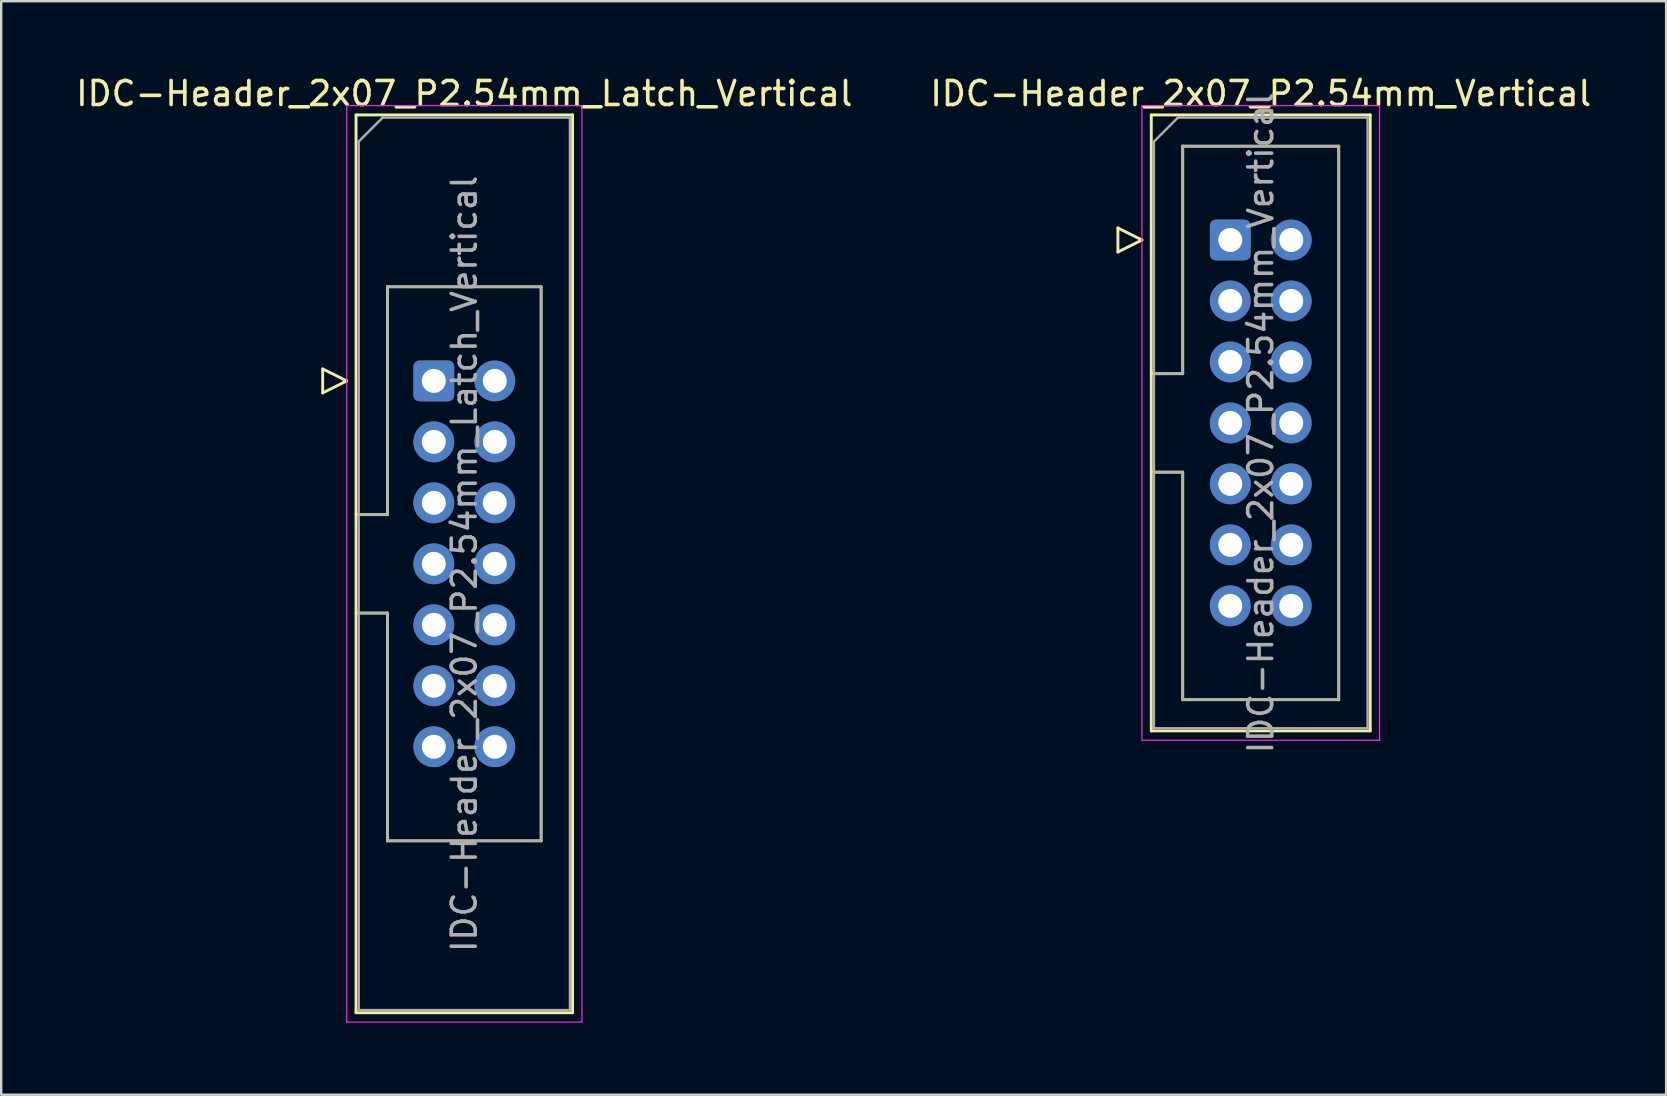
<source format=kicad_pcb>
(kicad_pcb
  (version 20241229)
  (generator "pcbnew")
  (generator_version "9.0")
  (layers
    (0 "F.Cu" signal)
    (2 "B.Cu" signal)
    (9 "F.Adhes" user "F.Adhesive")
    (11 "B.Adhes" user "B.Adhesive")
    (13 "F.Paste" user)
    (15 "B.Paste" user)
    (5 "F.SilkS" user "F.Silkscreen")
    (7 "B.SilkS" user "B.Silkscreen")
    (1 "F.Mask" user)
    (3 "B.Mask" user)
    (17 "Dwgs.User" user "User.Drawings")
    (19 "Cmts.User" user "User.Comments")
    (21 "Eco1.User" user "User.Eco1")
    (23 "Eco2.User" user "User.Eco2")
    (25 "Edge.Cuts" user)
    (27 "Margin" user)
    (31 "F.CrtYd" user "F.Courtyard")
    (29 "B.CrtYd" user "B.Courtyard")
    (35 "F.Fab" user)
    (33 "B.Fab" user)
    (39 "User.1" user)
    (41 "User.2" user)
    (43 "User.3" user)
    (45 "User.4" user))
  (footprint "IDC-Header_2x07_P2.54mm_Latch_Vertical"
    (layer "F.Cu")
    (at 15.022 12.818)
    (property "Reference" "IDC-Header_2x07_P2.54mm_Latch_Vertical" (at 1.27 -11.97 0) (layer "F.SilkS") (effects (font (size 1 1) (thickness 0.15))))
    (attr through_hole)
    (fp_line (start -4.63 -0.5) (end -4.63 0.5) (stroke (width 0.12) (type solid)) (layer "F.SilkS"))
    (fp_line (start -4.63 0.5) (end -3.63 0) (stroke (width 0.12) (type solid)) (layer "F.SilkS"))
    (fp_line (start -3.63 0) (end -4.63 -0.5) (stroke (width 0.12) (type solid)) (layer "F.SilkS"))
    (fp_line (start -3.24 -11.08) (end 5.78 -11.08) (stroke (width 0.12) (type solid)) (layer "F.SilkS"))
    (fp_line (start -3.24 5.57) (end -1.93 5.57) (stroke (width 0.12) (type solid)) (layer "F.SilkS"))
    (fp_line (start -3.24 26.32) (end -3.24 -11.08) (stroke (width 0.12) (type solid)) (layer "F.SilkS"))
    (fp_line (start -1.93 -3.92) (end 4.47 -3.92) (stroke (width 0.12) (type solid)) (layer "F.SilkS"))
    (fp_line (start -1.93 5.57) (end -1.93 -3.92) (stroke (width 0.12) (type solid)) (layer "F.SilkS"))
    (fp_line (start -1.93 9.67) (end -3.24 9.67) (stroke (width 0.12) (type solid)) (layer "F.SilkS"))
    (fp_line (start -1.93 19.16) (end -1.93 9.67) (stroke (width 0.12) (type solid)) (layer "F.SilkS"))
    (fp_line (start 4.47 -3.92) (end 4.47 19.16) (stroke (width 0.12) (type solid)) (layer "F.SilkS"))
    (fp_line (start 4.47 19.16) (end -1.93 19.16) (stroke (width 0.12) (type solid)) (layer "F.SilkS"))
    (fp_line (start 5.78 -11.08) (end 5.78 26.32) (stroke (width 0.12) (type solid)) (layer "F.SilkS"))
    (fp_line (start 5.78 26.32) (end -3.24 26.32) (stroke (width 0.12) (type solid)) (layer "F.SilkS"))
    (fp_line (start -3.63 -11.47) (end -3.63 26.71) (stroke (width 0.05) (type solid)) (layer "F.CrtYd"))
    (fp_line (start -3.63 26.71) (end 6.17 26.71) (stroke (width 0.05) (type solid)) (layer "F.CrtYd"))
    (fp_line (start 6.17 -11.47) (end -3.63 -11.47) (stroke (width 0.05) (type solid)) (layer "F.CrtYd"))
    (fp_line (start 6.17 26.71) (end 6.17 -11.47) (stroke (width 0.05) (type solid)) (layer "F.CrtYd"))
    (fp_line (start -3.13 -9.97) (end -2.13 -10.97) (stroke (width 0.1) (type solid)) (layer "F.Fab"))
    (fp_line (start -3.13 5.57) (end -1.93 5.57) (stroke (width 0.1) (type solid)) (layer "F.Fab"))
    (fp_line (start -3.13 26.21) (end -3.13 -9.97) (stroke (width 0.1) (type solid)) (layer "F.Fab"))
    (fp_line (start -2.13 -10.97) (end 5.67 -10.97) (stroke (width 0.1) (type solid)) (layer "F.Fab"))
    (fp_line (start -1.93 -3.92) (end 4.47 -3.92) (stroke (width 0.1) (type solid)) (layer "F.Fab"))
    (fp_line (start -1.93 5.57) (end -1.93 -3.92) (stroke (width 0.1) (type solid)) (layer "F.Fab"))
    (fp_line (start -1.93 9.67) (end -3.13 9.67) (stroke (width 0.1) (type solid)) (layer "F.Fab"))
    (fp_line (start -1.93 19.16) (end -1.93 9.67) (stroke (width 0.1) (type solid)) (layer "F.Fab"))
    (fp_line (start 4.47 -3.92) (end 4.47 19.16) (stroke (width 0.1) (type solid)) (layer "F.Fab"))
    (fp_line (start 4.47 19.16) (end -1.93 19.16) (stroke (width 0.1) (type solid)) (layer "F.Fab"))
    (fp_line (start 5.67 -10.97) (end 5.67 26.21) (stroke (width 0.1) (type solid)) (layer "F.Fab"))
    (fp_line (start 5.67 26.21) (end -3.13 26.21) (stroke (width 0.1) (type solid)) (layer "F.Fab"))
    (fp_text user "${REFERENCE}" (at 1.27 7.62 90) (layer "F.Fab") (effects (font (size 1 1) (thickness 0.15))))
    (pad "1" thru_hole roundrect (at 0 0) (size 1.7 1.7) (drill 1) (layers "*.Cu" "*.Mask") (roundrect_rratio 0.147))
    (pad "2" thru_hole circle (at 2.54 0) (size 1.7 1.7) (drill 1) (layers "*.Cu" "*.Mask"))
    (pad "3" thru_hole circle (at 0 2.54) (size 1.7 1.7) (drill 1) (layers "*.Cu" "*.Mask"))
    (pad "4" thru_hole circle (at 2.54 2.54) (size 1.7 1.7) (drill 1) (layers "*.Cu" "*.Mask"))
    (pad "5" thru_hole circle (at 0 5.08) (size 1.7 1.7) (drill 1) (layers "*.Cu" "*.Mask"))
    (pad "6" thru_hole circle (at 2.54 5.08) (size 1.7 1.7) (drill 1) (layers "*.Cu" "*.Mask"))
    (pad "7" thru_hole circle (at 0 7.62) (size 1.7 1.7) (drill 1) (layers "*.Cu" "*.Mask"))
    (pad "8" thru_hole circle (at 2.54 7.62) (size 1.7 1.7) (drill 1) (layers "*.Cu" "*.Mask"))
    (pad "9" thru_hole circle (at 0 10.16) (size 1.7 1.7) (drill 1) (layers "*.Cu" "*.Mask"))
    (pad "10" thru_hole circle (at 2.54 10.16) (size 1.7 1.7) (drill 1) (layers "*.Cu" "*.Mask"))
    (pad "11" thru_hole circle (at 0 12.7) (size 1.7 1.7) (drill 1) (layers "*.Cu" "*.Mask"))
    (pad "12" thru_hole circle (at 2.54 12.7) (size 1.7 1.7) (drill 1) (layers "*.Cu" "*.Mask"))
    (pad "13" thru_hole circle (at 0 15.24) (size 1.7 1.7) (drill 1) (layers "*.Cu" "*.Mask"))
    (pad "14" thru_hole circle (at 2.54 15.24) (size 1.7 1.7) (drill 1) (layers "*.Cu" "*.Mask")))
  (footprint "IDC-Header_2x07_P2.54mm_Vertical"
    (layer "F.Cu")
    (at 48.2 6.948)
    (property "Reference" "IDC-Header_2x07_P2.54mm_Vertical" (at 1.27 -6.1 0) (layer "F.SilkS") (effects (font (size 1 1) (thickness 0.15))))
    (attr through_hole)
    (fp_line (start -4.68 -0.5) (end -4.68 0.5) (stroke (width 0.12) (type solid)) (layer "F.SilkS"))
    (fp_line (start -4.68 0.5) (end -3.68 0) (stroke (width 0.12) (type solid)) (layer "F.SilkS"))
    (fp_line (start -3.68 0) (end -4.68 -0.5) (stroke (width 0.12) (type solid)) (layer "F.SilkS"))
    (fp_line (start -3.29 -5.21) (end 5.83 -5.21) (stroke (width 0.12) (type solid)) (layer "F.SilkS"))
    (fp_line (start -3.29 5.57) (end -1.98 5.57) (stroke (width 0.12) (type solid)) (layer "F.SilkS"))
    (fp_line (start -3.29 20.45) (end -3.29 -5.21) (stroke (width 0.12) (type solid)) (layer "F.SilkS"))
    (fp_line (start -1.98 -3.91) (end 4.52 -3.91) (stroke (width 0.12) (type solid)) (layer "F.SilkS"))
    (fp_line (start -1.98 5.57) (end -1.98 -3.91) (stroke (width 0.12) (type solid)) (layer "F.SilkS"))
    (fp_line (start -1.98 9.67) (end -3.29 9.67) (stroke (width 0.12) (type solid)) (layer "F.SilkS"))
    (fp_line (start -1.98 19.15) (end -1.98 9.67) (stroke (width 0.12) (type solid)) (layer "F.SilkS"))
    (fp_line (start 4.52 -3.91) (end 4.52 19.15) (stroke (width 0.12) (type solid)) (layer "F.SilkS"))
    (fp_line (start 4.52 19.15) (end -1.98 19.15) (stroke (width 0.12) (type solid)) (layer "F.SilkS"))
    (fp_line (start 5.83 -5.21) (end 5.83 20.45) (stroke (width 0.12) (type solid)) (layer "F.SilkS"))
    (fp_line (start 5.83 20.45) (end -3.29 20.45) (stroke (width 0.12) (type solid)) (layer "F.SilkS"))
    (fp_line (start -3.68 -5.6) (end -3.68 20.84) (stroke (width 0.05) (type solid)) (layer "F.CrtYd"))
    (fp_line (start -3.68 20.84) (end 6.22 20.84) (stroke (width 0.05) (type solid)) (layer "F.CrtYd"))
    (fp_line (start 6.22 -5.6) (end -3.68 -5.6) (stroke (width 0.05) (type solid)) (layer "F.CrtYd"))
    (fp_line (start 6.22 20.84) (end 6.22 -5.6) (stroke (width 0.05) (type solid)) (layer "F.CrtYd"))
    (fp_line (start -3.18 -4.1) (end -2.18 -5.1) (stroke (width 0.1) (type solid)) (layer "F.Fab"))
    (fp_line (start -3.18 5.57) (end -1.98 5.57) (stroke (width 0.1) (type solid)) (layer "F.Fab"))
    (fp_line (start -3.18 20.34) (end -3.18 -4.1) (stroke (width 0.1) (type solid)) (layer "F.Fab"))
    (fp_line (start -2.18 -5.1) (end 5.72 -5.1) (stroke (width 0.1) (type solid)) (layer "F.Fab"))
    (fp_line (start -1.98 -3.91) (end 4.52 -3.91) (stroke (width 0.1) (type solid)) (layer "F.Fab"))
    (fp_line (start -1.98 5.57) (end -1.98 -3.91) (stroke (width 0.1) (type solid)) (layer "F.Fab"))
    (fp_line (start -1.98 9.67) (end -3.18 9.67) (stroke (width 0.1) (type solid)) (layer "F.Fab"))
    (fp_line (start -1.98 19.15) (end -1.98 9.67) (stroke (width 0.1) (type solid)) (layer "F.Fab"))
    (fp_line (start 4.52 -3.91) (end 4.52 19.15) (stroke (width 0.1) (type solid)) (layer "F.Fab"))
    (fp_line (start 4.52 19.15) (end -1.98 19.15) (stroke (width 0.1) (type solid)) (layer "F.Fab"))
    (fp_line (start 5.72 -5.1) (end 5.72 20.34) (stroke (width 0.1) (type solid)) (layer "F.Fab"))
    (fp_line (start 5.72 20.34) (end -3.18 20.34) (stroke (width 0.1) (type solid)) (layer "F.Fab"))
    (fp_text user "${REFERENCE}" (at 1.27 7.62 90) (layer "F.Fab") (effects (font (size 1 1) (thickness 0.15))))
    (pad "1" thru_hole roundrect (at 0 0) (size 1.7 1.7) (drill 1) (layers "*.Cu" "*.Mask") (roundrect_rratio 0.147))
    (pad "2" thru_hole circle (at 2.54 0) (size 1.7 1.7) (drill 1) (layers "*.Cu" "*.Mask"))
    (pad "3" thru_hole circle (at 0 2.54) (size 1.7 1.7) (drill 1) (layers "*.Cu" "*.Mask"))
    (pad "4" thru_hole circle (at 2.54 2.54) (size 1.7 1.7) (drill 1) (layers "*.Cu" "*.Mask"))
    (pad "5" thru_hole circle (at 0 5.08) (size 1.7 1.7) (drill 1) (layers "*.Cu" "*.Mask"))
    (pad "6" thru_hole circle (at 2.54 5.08) (size 1.7 1.7) (drill 1) (layers "*.Cu" "*.Mask"))
    (pad "7" thru_hole circle (at 0 7.62) (size 1.7 1.7) (drill 1) (layers "*.Cu" "*.Mask"))
    (pad "8" thru_hole circle (at 2.54 7.62) (size 1.7 1.7) (drill 1) (layers "*.Cu" "*.Mask"))
    (pad "9" thru_hole circle (at 0 10.16) (size 1.7 1.7) (drill 1) (layers "*.Cu" "*.Mask"))
    (pad "10" thru_hole circle (at 2.54 10.16) (size 1.7 1.7) (drill 1) (layers "*.Cu" "*.Mask"))
    (pad "11" thru_hole circle (at 0 12.7) (size 1.7 1.7) (drill 1) (layers "*.Cu" "*.Mask"))
    (pad "12" thru_hole circle (at 2.54 12.7) (size 1.7 1.7) (drill 1) (layers "*.Cu" "*.Mask"))
    (pad "13" thru_hole circle (at 0 15.24) (size 1.7 1.7) (drill 1) (layers "*.Cu" "*.Mask"))
    (pad "14" thru_hole circle (at 2.54 15.24) (size 1.7 1.7) (drill 1) (layers "*.Cu" "*.Mask")))
  (gr_rect
    (start -3 -3)
    (end 66.357 42.553)
    (stroke (width 0.1) (type default))
    (fill no)
    (layer "Edge.Cuts")))
</source>
